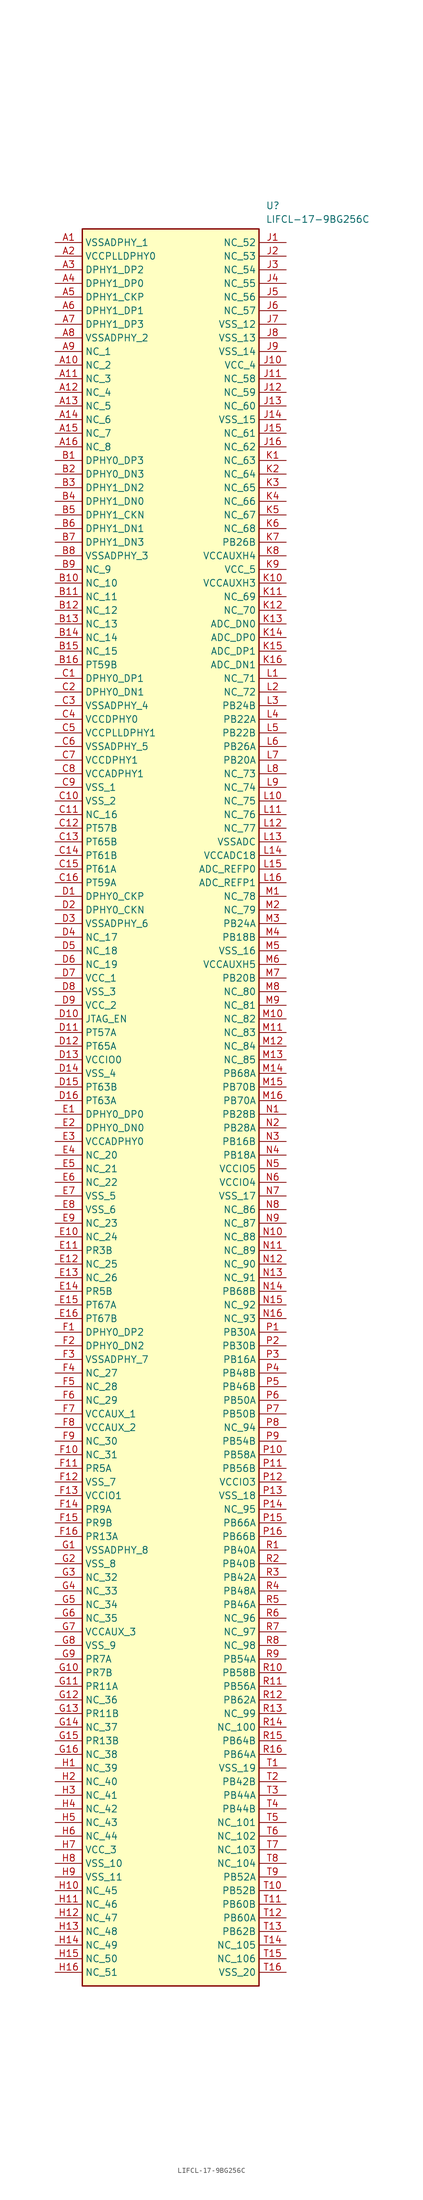
<source format=kicad_sym>
(kicad_symbol_lib
  (version 20241209)
  (generator "kicad_symbol_editor")
  (generator_version "9.0")
  (symbol "LIFCL-17-9BG256C"
    (property "Reference" "U"
      (at 39.37 7.62 0)
      (effects (font (size 1.27 1.27)) (justify left top)))
    (property "Value" "LIFCL-17-9BG256C"
      (at 39.37 5.08 0)
      (effects (font (size 1.27 1.27)) (justify left top)))
    (symbol "LIFCL-17-9BG256C_1_1"
      (rectangle (start 5.08 2.54) (end 38.1 -325.12) (stroke (width 0.254) (type default)) (fill (type background)))
      (pin passive line (at 0 0 0) (length 5.08) (name "VSSADPHY_1" (effects (font (size 1.27 1.27)))) (number "A1" (effects (font (size 1.27 1.27)))))
      (pin passive line (at 0 -2.54 0) (length 5.08) (name "VCCPLLDPHY0" (effects (font (size 1.27 1.27)))) (number "A2" (effects (font (size 1.27 1.27)))))
      (pin passive line (at 0 -5.08 0) (length 5.08) (name "DPHY1_DP2" (effects (font (size 1.27 1.27)))) (number "A3" (effects (font (size 1.27 1.27)))))
      (pin passive line (at 0 -7.62 0) (length 5.08) (name "DPHY1_DP0" (effects (font (size 1.27 1.27)))) (number "A4" (effects (font (size 1.27 1.27)))))
      (pin passive line (at 0 -10.16 0) (length 5.08) (name "DPHY1_CKP" (effects (font (size 1.27 1.27)))) (number "A5" (effects (font (size 1.27 1.27)))))
      (pin passive line (at 0 -12.7 0) (length 5.08) (name "DPHY1_DP1" (effects (font (size 1.27 1.27)))) (number "A6" (effects (font (size 1.27 1.27)))))
      (pin passive line (at 0 -15.24 0) (length 5.08) (name "DPHY1_DP3" (effects (font (size 1.27 1.27)))) (number "A7" (effects (font (size 1.27 1.27)))))
      (pin passive line (at 0 -17.78 0) (length 5.08) (name "VSSADPHY_2" (effects (font (size 1.27 1.27)))) (number "A8" (effects (font (size 1.27 1.27)))))
      (pin passive line (at 0 -20.32 0) (length 5.08) (name "NC_1" (effects (font (size 1.27 1.27)))) (number "A9" (effects (font (size 1.27 1.27)))))
      (pin passive line (at 0 -22.86 0) (length 5.08) (name "NC_2" (effects (font (size 1.27 1.27)))) (number "A10" (effects (font (size 1.27 1.27)))))
      (pin passive line (at 0 -25.4 0) (length 5.08) (name "NC_3" (effects (font (size 1.27 1.27)))) (number "A11" (effects (font (size 1.27 1.27)))))
      (pin passive line (at 0 -27.94 0) (length 5.08) (name "NC_4" (effects (font (size 1.27 1.27)))) (number "A12" (effects (font (size 1.27 1.27)))))
      (pin passive line (at 0 -30.48 0) (length 5.08) (name "NC_5" (effects (font (size 1.27 1.27)))) (number "A13" (effects (font (size 1.27 1.27)))))
      (pin passive line (at 0 -33.02 0) (length 5.08) (name "NC_6" (effects (font (size 1.27 1.27)))) (number "A14" (effects (font (size 1.27 1.27)))))
      (pin passive line (at 0 -35.56 0) (length 5.08) (name "NC_7" (effects (font (size 1.27 1.27)))) (number "A15" (effects (font (size 1.27 1.27)))))
      (pin passive line (at 0 -38.1 0) (length 5.08) (name "NC_8" (effects (font (size 1.27 1.27)))) (number "A16" (effects (font (size 1.27 1.27)))))
      (pin passive line (at 0 -40.64 0) (length 5.08) (name "DPHY0_DP3" (effects (font (size 1.27 1.27)))) (number "B1" (effects (font (size 1.27 1.27)))))
      (pin passive line (at 0 -43.18 0) (length 5.08) (name "DPHY0_DN3" (effects (font (size 1.27 1.27)))) (number "B2" (effects (font (size 1.27 1.27)))))
      (pin passive line (at 0 -45.72 0) (length 5.08) (name "DPHY1_DN2" (effects (font (size 1.27 1.27)))) (number "B3" (effects (font (size 1.27 1.27)))))
      (pin passive line (at 0 -48.26 0) (length 5.08) (name "DPHY1_DN0" (effects (font (size 1.27 1.27)))) (number "B4" (effects (font (size 1.27 1.27)))))
      (pin passive line (at 0 -50.8 0) (length 5.08) (name "DPHY1_CKN" (effects (font (size 1.27 1.27)))) (number "B5" (effects (font (size 1.27 1.27)))))
      (pin passive line (at 0 -53.34 0) (length 5.08) (name "DPHY1_DN1" (effects (font (size 1.27 1.27)))) (number "B6" (effects (font (size 1.27 1.27)))))
      (pin passive line (at 0 -55.88 0) (length 5.08) (name "DPHY1_DN3" (effects (font (size 1.27 1.27)))) (number "B7" (effects (font (size 1.27 1.27)))))
      (pin passive line (at 0 -58.42 0) (length 5.08) (name "VSSADPHY_3" (effects (font (size 1.27 1.27)))) (number "B8" (effects (font (size 1.27 1.27)))))
      (pin passive line (at 0 -60.96 0) (length 5.08) (name "NC_9" (effects (font (size 1.27 1.27)))) (number "B9" (effects (font (size 1.27 1.27)))))
      (pin passive line (at 0 -63.5 0) (length 5.08) (name "NC_10" (effects (font (size 1.27 1.27)))) (number "B10" (effects (font (size 1.27 1.27)))))
      (pin passive line (at 0 -66.04 0) (length 5.08) (name "NC_11" (effects (font (size 1.27 1.27)))) (number "B11" (effects (font (size 1.27 1.27)))))
      (pin passive line (at 0 -68.58 0) (length 5.08) (name "NC_12" (effects (font (size 1.27 1.27)))) (number "B12" (effects (font (size 1.27 1.27)))))
      (pin passive line (at 0 -71.12 0) (length 5.08) (name "NC_13" (effects (font (size 1.27 1.27)))) (number "B13" (effects (font (size 1.27 1.27)))))
      (pin passive line (at 0 -73.66 0) (length 5.08) (name "NC_14" (effects (font (size 1.27 1.27)))) (number "B14" (effects (font (size 1.27 1.27)))))
      (pin passive line (at 0 -76.2 0) (length 5.08) (name "NC_15" (effects (font (size 1.27 1.27)))) (number "B15" (effects (font (size 1.27 1.27)))))
      (pin passive line (at 0 -78.74 0) (length 5.08) (name "PT59B" (effects (font (size 1.27 1.27)))) (number "B16" (effects (font (size 1.27 1.27)))))
      (pin passive line (at 0 -81.28 0) (length 5.08) (name "DPHY0_DP1" (effects (font (size 1.27 1.27)))) (number "C1" (effects (font (size 1.27 1.27)))))
      (pin passive line (at 0 -83.82 0) (length 5.08) (name "DPHY0_DN1" (effects (font (size 1.27 1.27)))) (number "C2" (effects (font (size 1.27 1.27)))))
      (pin passive line (at 0 -86.36 0) (length 5.08) (name "VSSADPHY_4" (effects (font (size 1.27 1.27)))) (number "C3" (effects (font (size 1.27 1.27)))))
      (pin passive line (at 0 -88.9 0) (length 5.08) (name "VCCDPHY0" (effects (font (size 1.27 1.27)))) (number "C4" (effects (font (size 1.27 1.27)))))
      (pin passive line (at 0 -91.44 0) (length 5.08) (name "VCCPLLDPHY1" (effects (font (size 1.27 1.27)))) (number "C5" (effects (font (size 1.27 1.27)))))
      (pin passive line (at 0 -93.98 0) (length 5.08) (name "VSSADPHY_5" (effects (font (size 1.27 1.27)))) (number "C6" (effects (font (size 1.27 1.27)))))
      (pin passive line (at 0 -96.52 0) (length 5.08) (name "VCCDPHY1" (effects (font (size 1.27 1.27)))) (number "C7" (effects (font (size 1.27 1.27)))))
      (pin passive line (at 0 -99.06 0) (length 5.08) (name "VCCADPHY1" (effects (font (size 1.27 1.27)))) (number "C8" (effects (font (size 1.27 1.27)))))
      (pin passive line (at 0 -101.6 0) (length 5.08) (name "VSS_1" (effects (font (size 1.27 1.27)))) (number "C9" (effects (font (size 1.27 1.27)))))
      (pin passive line (at 0 -104.14 0) (length 5.08) (name "VSS_2" (effects (font (size 1.27 1.27)))) (number "C10" (effects (font (size 1.27 1.27)))))
      (pin passive line (at 0 -106.68 0) (length 5.08) (name "NC_16" (effects (font (size 1.27 1.27)))) (number "C11" (effects (font (size 1.27 1.27)))))
      (pin passive line (at 0 -109.22 0) (length 5.08) (name "PT57B" (effects (font (size 1.27 1.27)))) (number "C12" (effects (font (size 1.27 1.27)))))
      (pin passive line (at 0 -111.76 0) (length 5.08) (name "PT65B" (effects (font (size 1.27 1.27)))) (number "C13" (effects (font (size 1.27 1.27)))))
      (pin passive line (at 0 -114.3 0) (length 5.08) (name "PT61B" (effects (font (size 1.27 1.27)))) (number "C14" (effects (font (size 1.27 1.27)))))
      (pin passive line (at 0 -116.84 0) (length 5.08) (name "PT61A" (effects (font (size 1.27 1.27)))) (number "C15" (effects (font (size 1.27 1.27)))))
      (pin passive line (at 0 -119.38 0) (length 5.08) (name "PT59A" (effects (font (size 1.27 1.27)))) (number "C16" (effects (font (size 1.27 1.27)))))
      (pin passive line (at 0 -121.92 0) (length 5.08) (name "DPHY0_CKP" (effects (font (size 1.27 1.27)))) (number "D1" (effects (font (size 1.27 1.27)))))
      (pin passive line (at 0 -124.46 0) (length 5.08) (name "DPHY0_CKN" (effects (font (size 1.27 1.27)))) (number "D2" (effects (font (size 1.27 1.27)))))
      (pin passive line (at 0 -127 0) (length 5.08) (name "VSSADPHY_6" (effects (font (size 1.27 1.27)))) (number "D3" (effects (font (size 1.27 1.27)))))
      (pin passive line (at 0 -129.54 0) (length 5.08) (name "NC_17" (effects (font (size 1.27 1.27)))) (number "D4" (effects (font (size 1.27 1.27)))))
      (pin passive line (at 0 -132.08 0) (length 5.08) (name "NC_18" (effects (font (size 1.27 1.27)))) (number "D5" (effects (font (size 1.27 1.27)))))
      (pin passive line (at 0 -134.62 0) (length 5.08) (name "NC_19" (effects (font (size 1.27 1.27)))) (number "D6" (effects (font (size 1.27 1.27)))))
      (pin passive line (at 0 -137.16 0) (length 5.08) (name "VCC_1" (effects (font (size 1.27 1.27)))) (number "D7" (effects (font (size 1.27 1.27)))))
      (pin passive line (at 0 -139.7 0) (length 5.08) (name "VSS_3" (effects (font (size 1.27 1.27)))) (number "D8" (effects (font (size 1.27 1.27)))))
      (pin passive line (at 0 -142.24 0) (length 5.08) (name "VCC_2" (effects (font (size 1.27 1.27)))) (number "D9" (effects (font (size 1.27 1.27)))))
      (pin passive line (at 0 -144.78 0) (length 5.08) (name "JTAG_EN" (effects (font (size 1.27 1.27)))) (number "D10" (effects (font (size 1.27 1.27)))))
      (pin passive line (at 0 -147.32 0) (length 5.08) (name "PT57A" (effects (font (size 1.27 1.27)))) (number "D11" (effects (font (size 1.27 1.27)))))
      (pin passive line (at 0 -149.86 0) (length 5.08) (name "PT65A" (effects (font (size 1.27 1.27)))) (number "D12" (effects (font (size 1.27 1.27)))))
      (pin passive line (at 0 -152.4 0) (length 5.08) (name "VCCIO0" (effects (font (size 1.27 1.27)))) (number "D13" (effects (font (size 1.27 1.27)))))
      (pin passive line (at 0 -154.94 0) (length 5.08) (name "VSS_4" (effects (font (size 1.27 1.27)))) (number "D14" (effects (font (size 1.27 1.27)))))
      (pin passive line (at 0 -157.48 0) (length 5.08) (name "PT63B" (effects (font (size 1.27 1.27)))) (number "D15" (effects (font (size 1.27 1.27)))))
      (pin passive line (at 0 -160.02 0) (length 5.08) (name "PT63A" (effects (font (size 1.27 1.27)))) (number "D16" (effects (font (size 1.27 1.27)))))
      (pin passive line (at 0 -162.56 0) (length 5.08) (name "DPHY0_DP0" (effects (font (size 1.27 1.27)))) (number "E1" (effects (font (size 1.27 1.27)))))
      (pin passive line (at 0 -165.1 0) (length 5.08) (name "DPHY0_DN0" (effects (font (size 1.27 1.27)))) (number "E2" (effects (font (size 1.27 1.27)))))
      (pin passive line (at 0 -167.64 0) (length 5.08) (name "VCCADPHY0" (effects (font (size 1.27 1.27)))) (number "E3" (effects (font (size 1.27 1.27)))))
      (pin passive line (at 0 -170.18 0) (length 5.08) (name "NC_20" (effects (font (size 1.27 1.27)))) (number "E4" (effects (font (size 1.27 1.27)))))
      (pin passive line (at 0 -172.72 0) (length 5.08) (name "NC_21" (effects (font (size 1.27 1.27)))) (number "E5" (effects (font (size 1.27 1.27)))))
      (pin passive line (at 0 -175.26 0) (length 5.08) (name "NC_22" (effects (font (size 1.27 1.27)))) (number "E6" (effects (font (size 1.27 1.27)))))
      (pin passive line (at 0 -177.8 0) (length 5.08) (name "VSS_5" (effects (font (size 1.27 1.27)))) (number "E7" (effects (font (size 1.27 1.27)))))
      (pin passive line (at 0 -180.34 0) (length 5.08) (name "VSS_6" (effects (font (size 1.27 1.27)))) (number "E8" (effects (font (size 1.27 1.27)))))
      (pin passive line (at 0 -182.88 0) (length 5.08) (name "NC_23" (effects (font (size 1.27 1.27)))) (number "E9" (effects (font (size 1.27 1.27)))))
      (pin passive line (at 0 -185.42 0) (length 5.08) (name "NC_24" (effects (font (size 1.27 1.27)))) (number "E10" (effects (font (size 1.27 1.27)))))
      (pin passive line (at 0 -187.96 0) (length 5.08) (name "PR3B" (effects (font (size 1.27 1.27)))) (number "E11" (effects (font (size 1.27 1.27)))))
      (pin passive line (at 0 -190.5 0) (length 5.08) (name "NC_25" (effects (font (size 1.27 1.27)))) (number "E12" (effects (font (size 1.27 1.27)))))
      (pin passive line (at 0 -193.04 0) (length 5.08) (name "NC_26" (effects (font (size 1.27 1.27)))) (number "E13" (effects (font (size 1.27 1.27)))))
      (pin passive line (at 0 -195.58 0) (length 5.08) (name "PR5B" (effects (font (size 1.27 1.27)))) (number "E14" (effects (font (size 1.27 1.27)))))
      (pin passive line (at 0 -198.12 0) (length 5.08) (name "PT67A" (effects (font (size 1.27 1.27)))) (number "E15" (effects (font (size 1.27 1.27)))))
      (pin passive line (at 0 -200.66 0) (length 5.08) (name "PT67B" (effects (font (size 1.27 1.27)))) (number "E16" (effects (font (size 1.27 1.27)))))
      (pin passive line (at 0 -203.2 0) (length 5.08) (name "DPHY0_DP2" (effects (font (size 1.27 1.27)))) (number "F1" (effects (font (size 1.27 1.27)))))
      (pin passive line (at 0 -205.74 0) (length 5.08) (name "DPHY0_DN2" (effects (font (size 1.27 1.27)))) (number "F2" (effects (font (size 1.27 1.27)))))
      (pin passive line (at 0 -208.28 0) (length 5.08) (name "VSSADPHY_7" (effects (font (size 1.27 1.27)))) (number "F3" (effects (font (size 1.27 1.27)))))
      (pin passive line (at 0 -210.82 0) (length 5.08) (name "NC_27" (effects (font (size 1.27 1.27)))) (number "F4" (effects (font (size 1.27 1.27)))))
      (pin passive line (at 0 -213.36 0) (length 5.08) (name "NC_28" (effects (font (size 1.27 1.27)))) (number "F5" (effects (font (size 1.27 1.27)))))
      (pin passive line (at 0 -215.9 0) (length 5.08) (name "NC_29" (effects (font (size 1.27 1.27)))) (number "F6" (effects (font (size 1.27 1.27)))))
      (pin passive line (at 0 -218.44 0) (length 5.08) (name "VCCAUX_1" (effects (font (size 1.27 1.27)))) (number "F7" (effects (font (size 1.27 1.27)))))
      (pin passive line (at 0 -220.98 0) (length 5.08) (name "VCCAUX_2" (effects (font (size 1.27 1.27)))) (number "F8" (effects (font (size 1.27 1.27)))))
      (pin passive line (at 0 -223.52 0) (length 5.08) (name "NC_30" (effects (font (size 1.27 1.27)))) (number "F9" (effects (font (size 1.27 1.27)))))
      (pin passive line (at 0 -226.06 0) (length 5.08) (name "NC_31" (effects (font (size 1.27 1.27)))) (number "F10" (effects (font (size 1.27 1.27)))))
      (pin passive line (at 0 -228.6 0) (length 5.08) (name "PR5A" (effects (font (size 1.27 1.27)))) (number "F11" (effects (font (size 1.27 1.27)))))
      (pin passive line (at 0 -231.14 0) (length 5.08) (name "VSS_7" (effects (font (size 1.27 1.27)))) (number "F12" (effects (font (size 1.27 1.27)))))
      (pin passive line (at 0 -233.68 0) (length 5.08) (name "VCCIO1" (effects (font (size 1.27 1.27)))) (number "F13" (effects (font (size 1.27 1.27)))))
      (pin passive line (at 0 -236.22 0) (length 5.08) (name "PR9A" (effects (font (size 1.27 1.27)))) (number "F14" (effects (font (size 1.27 1.27)))))
      (pin passive line (at 0 -238.76 0) (length 5.08) (name "PR9B" (effects (font (size 1.27 1.27)))) (number "F15" (effects (font (size 1.27 1.27)))))
      (pin passive line (at 0 -241.3 0) (length 5.08) (name "PR13A" (effects (font (size 1.27 1.27)))) (number "F16" (effects (font (size 1.27 1.27)))))
      (pin passive line (at 0 -243.84 0) (length 5.08) (name "VSSADPHY_8" (effects (font (size 1.27 1.27)))) (number "G1" (effects (font (size 1.27 1.27)))))
      (pin passive line (at 0 -246.38 0) (length 5.08) (name "VSS_8" (effects (font (size 1.27 1.27)))) (number "G2" (effects (font (size 1.27 1.27)))))
      (pin passive line (at 0 -248.92 0) (length 5.08) (name "NC_32" (effects (font (size 1.27 1.27)))) (number "G3" (effects (font (size 1.27 1.27)))))
      (pin passive line (at 0 -251.46 0) (length 5.08) (name "NC_33" (effects (font (size 1.27 1.27)))) (number "G4" (effects (font (size 1.27 1.27)))))
      (pin passive line (at 0 -254 0) (length 5.08) (name "NC_34" (effects (font (size 1.27 1.27)))) (number "G5" (effects (font (size 1.27 1.27)))))
      (pin passive line (at 0 -256.54 0) (length 5.08) (name "NC_35" (effects (font (size 1.27 1.27)))) (number "G6" (effects (font (size 1.27 1.27)))))
      (pin passive line (at 0 -259.08 0) (length 5.08) (name "VCCAUX_3" (effects (font (size 1.27 1.27)))) (number "G7" (effects (font (size 1.27 1.27)))))
      (pin passive line (at 0 -261.62 0) (length 5.08) (name "VSS_9" (effects (font (size 1.27 1.27)))) (number "G8" (effects (font (size 1.27 1.27)))))
      (pin passive line (at 0 -264.16 0) (length 5.08) (name "PR7A" (effects (font (size 1.27 1.27)))) (number "G9" (effects (font (size 1.27 1.27)))))
      (pin passive line (at 0 -266.7 0) (length 5.08) (name "PR7B" (effects (font (size 1.27 1.27)))) (number "G10" (effects (font (size 1.27 1.27)))))
      (pin passive line (at 0 -269.24 0) (length 5.08) (name "PR11A" (effects (font (size 1.27 1.27)))) (number "G11" (effects (font (size 1.27 1.27)))))
      (pin passive line (at 0 -271.78 0) (length 5.08) (name "NC_36" (effects (font (size 1.27 1.27)))) (number "G12" (effects (font (size 1.27 1.27)))))
      (pin passive line (at 0 -274.32 0) (length 5.08) (name "PR11B" (effects (font (size 1.27 1.27)))) (number "G13" (effects (font (size 1.27 1.27)))))
      (pin passive line (at 0 -276.86 0) (length 5.08) (name "NC_37" (effects (font (size 1.27 1.27)))) (number "G14" (effects (font (size 1.27 1.27)))))
      (pin passive line (at 0 -279.4 0) (length 5.08) (name "PR13B" (effects (font (size 1.27 1.27)))) (number "G15" (effects (font (size 1.27 1.27)))))
      (pin passive line (at 0 -281.94 0) (length 5.08) (name "NC_38" (effects (font (size 1.27 1.27)))) (number "G16" (effects (font (size 1.27 1.27)))))
      (pin passive line (at 0 -284.48 0) (length 5.08) (name "NC_39" (effects (font (size 1.27 1.27)))) (number "H1" (effects (font (size 1.27 1.27)))))
      (pin passive line (at 0 -287.02 0) (length 5.08) (name "NC_40" (effects (font (size 1.27 1.27)))) (number "H2" (effects (font (size 1.27 1.27)))))
      (pin passive line (at 0 -289.56 0) (length 5.08) (name "NC_41" (effects (font (size 1.27 1.27)))) (number "H3" (effects (font (size 1.27 1.27)))))
      (pin passive line (at 0 -292.1 0) (length 5.08) (name "NC_42" (effects (font (size 1.27 1.27)))) (number "H4" (effects (font (size 1.27 1.27)))))
      (pin passive line (at 0 -294.64 0) (length 5.08) (name "NC_43" (effects (font (size 1.27 1.27)))) (number "H5" (effects (font (size 1.27 1.27)))))
      (pin passive line (at 0 -297.18 0) (length 5.08) (name "NC_44" (effects (font (size 1.27 1.27)))) (number "H6" (effects (font (size 1.27 1.27)))))
      (pin passive line (at 0 -299.72 0) (length 5.08) (name "VCC_3" (effects (font (size 1.27 1.27)))) (number "H7" (effects (font (size 1.27 1.27)))))
      (pin passive line (at 0 -302.26 0) (length 5.08) (name "VSS_10" (effects (font (size 1.27 1.27)))) (number "H8" (effects (font (size 1.27 1.27)))))
      (pin passive line (at 0 -304.8 0) (length 5.08) (name "VSS_11" (effects (font (size 1.27 1.27)))) (number "H9" (effects (font (size 1.27 1.27)))))
      (pin passive line (at 0 -307.34 0) (length 5.08) (name "NC_45" (effects (font (size 1.27 1.27)))) (number "H10" (effects (font (size 1.27 1.27)))))
      (pin passive line (at 0 -309.88 0) (length 5.08) (name "NC_46" (effects (font (size 1.27 1.27)))) (number "H11" (effects (font (size 1.27 1.27)))))
      (pin passive line (at 0 -312.42 0) (length 5.08) (name "NC_47" (effects (font (size 1.27 1.27)))) (number "H12" (effects (font (size 1.27 1.27)))))
      (pin passive line (at 0 -314.96 0) (length 5.08) (name "NC_48" (effects (font (size 1.27 1.27)))) (number "H13" (effects (font (size 1.27 1.27)))))
      (pin passive line (at 0 -317.5 0) (length 5.08) (name "NC_49" (effects (font (size 1.27 1.27)))) (number "H14" (effects (font (size 1.27 1.27)))))
      (pin passive line (at 0 -320.04 0) (length 5.08) (name "NC_50" (effects (font (size 1.27 1.27)))) (number "H15" (effects (font (size 1.27 1.27)))))
      (pin passive line (at 0 -322.58 0) (length 5.08) (name "NC_51" (effects (font (size 1.27 1.27)))) (number "H16" (effects (font (size 1.27 1.27)))))
      (pin passive line (at 43.18 0 180) (length 5.08) (name "NC_52" (effects (font (size 1.27 1.27)))) (number "J1" (effects (font (size 1.27 1.27)))))
      (pin passive line (at 43.18 -2.54 180) (length 5.08) (name "NC_53" (effects (font (size 1.27 1.27)))) (number "J2" (effects (font (size 1.27 1.27)))))
      (pin passive line (at 43.18 -5.08 180) (length 5.08) (name "NC_54" (effects (font (size 1.27 1.27)))) (number "J3" (effects (font (size 1.27 1.27)))))
      (pin passive line (at 43.18 -7.62 180) (length 5.08) (name "NC_55" (effects (font (size 1.27 1.27)))) (number "J4" (effects (font (size 1.27 1.27)))))
      (pin passive line (at 43.18 -10.16 180) (length 5.08) (name "NC_56" (effects (font (size 1.27 1.27)))) (number "J5" (effects (font (size 1.27 1.27)))))
      (pin passive line (at 43.18 -12.7 180) (length 5.08) (name "NC_57" (effects (font (size 1.27 1.27)))) (number "J6" (effects (font (size 1.27 1.27)))))
      (pin passive line (at 43.18 -15.24 180) (length 5.08) (name "VSS_12" (effects (font (size 1.27 1.27)))) (number "J7" (effects (font (size 1.27 1.27)))))
      (pin passive line (at 43.18 -17.78 180) (length 5.08) (name "VSS_13" (effects (font (size 1.27 1.27)))) (number "J8" (effects (font (size 1.27 1.27)))))
      (pin passive line (at 43.18 -20.32 180) (length 5.08) (name "VSS_14" (effects (font (size 1.27 1.27)))) (number "J9" (effects (font (size 1.27 1.27)))))
      (pin passive line (at 43.18 -22.86 180) (length 5.08) (name "VCC_4" (effects (font (size 1.27 1.27)))) (number "J10" (effects (font (size 1.27 1.27)))))
      (pin passive line (at 43.18 -25.4 180) (length 5.08) (name "NC_58" (effects (font (size 1.27 1.27)))) (number "J11" (effects (font (size 1.27 1.27)))))
      (pin passive line (at 43.18 -27.94 180) (length 5.08) (name "NC_59" (effects (font (size 1.27 1.27)))) (number "J12" (effects (font (size 1.27 1.27)))))
      (pin passive line (at 43.18 -30.48 180) (length 5.08) (name "NC_60" (effects (font (size 1.27 1.27)))) (number "J13" (effects (font (size 1.27 1.27)))))
      (pin passive line (at 43.18 -33.02 180) (length 5.08) (name "VSS_15" (effects (font (size 1.27 1.27)))) (number "J14" (effects (font (size 1.27 1.27)))))
      (pin passive line (at 43.18 -35.56 180) (length 5.08) (name "NC_61" (effects (font (size 1.27 1.27)))) (number "J15" (effects (font (size 1.27 1.27)))))
      (pin passive line (at 43.18 -38.1 180) (length 5.08) (name "NC_62" (effects (font (size 1.27 1.27)))) (number "J16" (effects (font (size 1.27 1.27)))))
      (pin passive line (at 43.18 -40.64 180) (length 5.08) (name "NC_63" (effects (font (size 1.27 1.27)))) (number "K1" (effects (font (size 1.27 1.27)))))
      (pin passive line (at 43.18 -43.18 180) (length 5.08) (name "NC_64" (effects (font (size 1.27 1.27)))) (number "K2" (effects (font (size 1.27 1.27)))))
      (pin passive line (at 43.18 -45.72 180) (length 5.08) (name "NC_65" (effects (font (size 1.27 1.27)))) (number "K3" (effects (font (size 1.27 1.27)))))
      (pin passive line (at 43.18 -48.26 180) (length 5.08) (name "NC_66" (effects (font (size 1.27 1.27)))) (number "K4" (effects (font (size 1.27 1.27)))))
      (pin passive line (at 43.18 -50.8 180) (length 5.08) (name "NC_67" (effects (font (size 1.27 1.27)))) (number "K5" (effects (font (size 1.27 1.27)))))
      (pin passive line (at 43.18 -53.34 180) (length 5.08) (name "NC_68" (effects (font (size 1.27 1.27)))) (number "K6" (effects (font (size 1.27 1.27)))))
      (pin passive line (at 43.18 -55.88 180) (length 5.08) (name "PB26B" (effects (font (size 1.27 1.27)))) (number "K7" (effects (font (size 1.27 1.27)))))
      (pin passive line (at 43.18 -58.42 180) (length 5.08) (name "VCCAUXH4" (effects (font (size 1.27 1.27)))) (number "K8" (effects (font (size 1.27 1.27)))))
      (pin passive line (at 43.18 -60.96 180) (length 5.08) (name "VCC_5" (effects (font (size 1.27 1.27)))) (number "K9" (effects (font (size 1.27 1.27)))))
      (pin passive line (at 43.18 -63.5 180) (length 5.08) (name "VCCAUXH3" (effects (font (size 1.27 1.27)))) (number "K10" (effects (font (size 1.27 1.27)))))
      (pin passive line (at 43.18 -66.04 180) (length 5.08) (name "NC_69" (effects (font (size 1.27 1.27)))) (number "K11" (effects (font (size 1.27 1.27)))))
      (pin passive line (at 43.18 -68.58 180) (length 5.08) (name "NC_70" (effects (font (size 1.27 1.27)))) (number "K12" (effects (font (size 1.27 1.27)))))
      (pin passive line (at 43.18 -71.12 180) (length 5.08) (name "ADC_DN0" (effects (font (size 1.27 1.27)))) (number "K13" (effects (font (size 1.27 1.27)))))
      (pin passive line (at 43.18 -73.66 180) (length 5.08) (name "ADC_DP0" (effects (font (size 1.27 1.27)))) (number "K14" (effects (font (size 1.27 1.27)))))
      (pin passive line (at 43.18 -76.2 180) (length 5.08) (name "ADC_DP1" (effects (font (size 1.27 1.27)))) (number "K15" (effects (font (size 1.27 1.27)))))
      (pin passive line (at 43.18 -78.74 180) (length 5.08) (name "ADC_DN1" (effects (font (size 1.27 1.27)))) (number "K16" (effects (font (size 1.27 1.27)))))
      (pin passive line (at 43.18 -81.28 180) (length 5.08) (name "NC_71" (effects (font (size 1.27 1.27)))) (number "L1" (effects (font (size 1.27 1.27)))))
      (pin passive line (at 43.18 -83.82 180) (length 5.08) (name "NC_72" (effects (font (size 1.27 1.27)))) (number "L2" (effects (font (size 1.27 1.27)))))
      (pin passive line (at 43.18 -86.36 180) (length 5.08) (name "PB24B" (effects (font (size 1.27 1.27)))) (number "L3" (effects (font (size 1.27 1.27)))))
      (pin passive line (at 43.18 -88.9 180) (length 5.08) (name "PB22A" (effects (font (size 1.27 1.27)))) (number "L4" (effects (font (size 1.27 1.27)))))
      (pin passive line (at 43.18 -91.44 180) (length 5.08) (name "PB22B" (effects (font (size 1.27 1.27)))) (number "L5" (effects (font (size 1.27 1.27)))))
      (pin passive line (at 43.18 -93.98 180) (length 5.08) (name "PB26A" (effects (font (size 1.27 1.27)))) (number "L6" (effects (font (size 1.27 1.27)))))
      (pin passive line (at 43.18 -96.52 180) (length 5.08) (name "PB20A" (effects (font (size 1.27 1.27)))) (number "L7" (effects (font (size 1.27 1.27)))))
      (pin passive line (at 43.18 -99.06 180) (length 5.08) (name "NC_73" (effects (font (size 1.27 1.27)))) (number "L8" (effects (font (size 1.27 1.27)))))
      (pin passive line (at 43.18 -101.6 180) (length 5.08) (name "NC_74" (effects (font (size 1.27 1.27)))) (number "L9" (effects (font (size 1.27 1.27)))))
      (pin passive line (at 43.18 -104.14 180) (length 5.08) (name "NC_75" (effects (font (size 1.27 1.27)))) (number "L10" (effects (font (size 1.27 1.27)))))
      (pin passive line (at 43.18 -106.68 180) (length 5.08) (name "NC_76" (effects (font (size 1.27 1.27)))) (number "L11" (effects (font (size 1.27 1.27)))))
      (pin passive line (at 43.18 -109.22 180) (length 5.08) (name "NC_77" (effects (font (size 1.27 1.27)))) (number "L12" (effects (font (size 1.27 1.27)))))
      (pin passive line (at 43.18 -111.76 180) (length 5.08) (name "VSSADC" (effects (font (size 1.27 1.27)))) (number "L13" (effects (font (size 1.27 1.27)))))
      (pin passive line (at 43.18 -114.3 180) (length 5.08) (name "VCCADC18" (effects (font (size 1.27 1.27)))) (number "L14" (effects (font (size 1.27 1.27)))))
      (pin passive line (at 43.18 -116.84 180) (length 5.08) (name "ADC_REFP0" (effects (font (size 1.27 1.27)))) (number "L15" (effects (font (size 1.27 1.27)))))
      (pin passive line (at 43.18 -119.38 180) (length 5.08) (name "ADC_REFP1" (effects (font (size 1.27 1.27)))) (number "L16" (effects (font (size 1.27 1.27)))))
      (pin passive line (at 43.18 -121.92 180) (length 5.08) (name "NC_78" (effects (font (size 1.27 1.27)))) (number "M1" (effects (font (size 1.27 1.27)))))
      (pin passive line (at 43.18 -124.46 180) (length 5.08) (name "NC_79" (effects (font (size 1.27 1.27)))) (number "M2" (effects (font (size 1.27 1.27)))))
      (pin passive line (at 43.18 -127 180) (length 5.08) (name "PB24A" (effects (font (size 1.27 1.27)))) (number "M3" (effects (font (size 1.27 1.27)))))
      (pin passive line (at 43.18 -129.54 180) (length 5.08) (name "PB18B" (effects (font (size 1.27 1.27)))) (number "M4" (effects (font (size 1.27 1.27)))))
      (pin passive line (at 43.18 -132.08 180) (length 5.08) (name "VSS_16" (effects (font (size 1.27 1.27)))) (number "M5" (effects (font (size 1.27 1.27)))))
      (pin passive line (at 43.18 -134.62 180) (length 5.08) (name "VCCAUXH5" (effects (font (size 1.27 1.27)))) (number "M6" (effects (font (size 1.27 1.27)))))
      (pin passive line (at 43.18 -137.16 180) (length 5.08) (name "PB20B" (effects (font (size 1.27 1.27)))) (number "M7" (effects (font (size 1.27 1.27)))))
      (pin passive line (at 43.18 -139.7 180) (length 5.08) (name "NC_80" (effects (font (size 1.27 1.27)))) (number "M8" (effects (font (size 1.27 1.27)))))
      (pin passive line (at 43.18 -142.24 180) (length 5.08) (name "NC_81" (effects (font (size 1.27 1.27)))) (number "M9" (effects (font (size 1.27 1.27)))))
      (pin passive line (at 43.18 -144.78 180) (length 5.08) (name "NC_82" (effects (font (size 1.27 1.27)))) (number "M10" (effects (font (size 1.27 1.27)))))
      (pin passive line (at 43.18 -147.32 180) (length 5.08) (name "NC_83" (effects (font (size 1.27 1.27)))) (number "M11" (effects (font (size 1.27 1.27)))))
      (pin passive line (at 43.18 -149.86 180) (length 5.08) (name "NC_84" (effects (font (size 1.27 1.27)))) (number "M12" (effects (font (size 1.27 1.27)))))
      (pin passive line (at 43.18 -152.4 180) (length 5.08) (name "NC_85" (effects (font (size 1.27 1.27)))) (number "M13" (effects (font (size 1.27 1.27)))))
      (pin passive line (at 43.18 -154.94 180) (length 5.08) (name "PB68A" (effects (font (size 1.27 1.27)))) (number "M14" (effects (font (size 1.27 1.27)))))
      (pin passive line (at 43.18 -157.48 180) (length 5.08) (name "PB70B" (effects (font (size 1.27 1.27)))) (number "M15" (effects (font (size 1.27 1.27)))))
      (pin passive line (at 43.18 -160.02 180) (length 5.08) (name "PB70A" (effects (font (size 1.27 1.27)))) (number "M16" (effects (font (size 1.27 1.27)))))
      (pin passive line (at 43.18 -162.56 180) (length 5.08) (name "PB28B" (effects (font (size 1.27 1.27)))) (number "N1" (effects (font (size 1.27 1.27)))))
      (pin passive line (at 43.18 -165.1 180) (length 5.08) (name "PB28A" (effects (font (size 1.27 1.27)))) (number "N2" (effects (font (size 1.27 1.27)))))
      (pin passive line (at 43.18 -167.64 180) (length 5.08) (name "PB16B" (effects (font (size 1.27 1.27)))) (number "N3" (effects (font (size 1.27 1.27)))))
      (pin passive line (at 43.18 -170.18 180) (length 5.08) (name "PB18A" (effects (font (size 1.27 1.27)))) (number "N4" (effects (font (size 1.27 1.27)))))
      (pin passive line (at 43.18 -172.72 180) (length 5.08) (name "VCCIO5" (effects (font (size 1.27 1.27)))) (number "N5" (effects (font (size 1.27 1.27)))))
      (pin passive line (at 43.18 -175.26 180) (length 5.08) (name "VCCIO4" (effects (font (size 1.27 1.27)))) (number "N6" (effects (font (size 1.27 1.27)))))
      (pin passive line (at 43.18 -177.8 180) (length 5.08) (name "VSS_17" (effects (font (size 1.27 1.27)))) (number "N7" (effects (font (size 1.27 1.27)))))
      (pin passive line (at 43.18 -180.34 180) (length 5.08) (name "NC_86" (effects (font (size 1.27 1.27)))) (number "N8" (effects (font (size 1.27 1.27)))))
      (pin passive line (at 43.18 -182.88 180) (length 5.08) (name "NC_87" (effects (font (size 1.27 1.27)))) (number "N9" (effects (font (size 1.27 1.27)))))
      (pin passive line (at 43.18 -185.42 180) (length 5.08) (name "NC_88" (effects (font (size 1.27 1.27)))) (number "N10" (effects (font (size 1.27 1.27)))))
      (pin passive line (at 43.18 -187.96 180) (length 5.08) (name "NC_89" (effects (font (size 1.27 1.27)))) (number "N11" (effects (font (size 1.27 1.27)))))
      (pin passive line (at 43.18 -190.5 180) (length 5.08) (name "NC_90" (effects (font (size 1.27 1.27)))) (number "N12" (effects (font (size 1.27 1.27)))))
      (pin passive line (at 43.18 -193.04 180) (length 5.08) (name "NC_91" (effects (font (size 1.27 1.27)))) (number "N13" (effects (font (size 1.27 1.27)))))
      (pin passive line (at 43.18 -195.58 180) (length 5.08) (name "PB68B" (effects (font (size 1.27 1.27)))) (number "N14" (effects (font (size 1.27 1.27)))))
      (pin passive line (at 43.18 -198.12 180) (length 5.08) (name "NC_92" (effects (font (size 1.27 1.27)))) (number "N15" (effects (font (size 1.27 1.27)))))
      (pin passive line (at 43.18 -200.66 180) (length 5.08) (name "NC_93" (effects (font (size 1.27 1.27)))) (number "N16" (effects (font (size 1.27 1.27)))))
      (pin passive line (at 43.18 -203.2 180) (length 5.08) (name "PB30A" (effects (font (size 1.27 1.27)))) (number "P1" (effects (font (size 1.27 1.27)))))
      (pin passive line (at 43.18 -205.74 180) (length 5.08) (name "PB30B" (effects (font (size 1.27 1.27)))) (number "P2" (effects (font (size 1.27 1.27)))))
      (pin passive line (at 43.18 -208.28 180) (length 5.08) (name "PB16A" (effects (font (size 1.27 1.27)))) (number "P3" (effects (font (size 1.27 1.27)))))
      (pin passive line (at 43.18 -210.82 180) (length 5.08) (name "PB48B" (effects (font (size 1.27 1.27)))) (number "P4" (effects (font (size 1.27 1.27)))))
      (pin passive line (at 43.18 -213.36 180) (length 5.08) (name "PB46B" (effects (font (size 1.27 1.27)))) (number "P5" (effects (font (size 1.27 1.27)))))
      (pin passive line (at 43.18 -215.9 180) (length 5.08) (name "PB50A" (effects (font (size 1.27 1.27)))) (number "P6" (effects (font (size 1.27 1.27)))))
      (pin passive line (at 43.18 -218.44 180) (length 5.08) (name "PB50B" (effects (font (size 1.27 1.27)))) (number "P7" (effects (font (size 1.27 1.27)))))
      (pin passive line (at 43.18 -220.98 180) (length 5.08) (name "NC_94" (effects (font (size 1.27 1.27)))) (number "P8" (effects (font (size 1.27 1.27)))))
      (pin passive line (at 43.18 -223.52 180) (length 5.08) (name "PB54B" (effects (font (size 1.27 1.27)))) (number "P9" (effects (font (size 1.27 1.27)))))
      (pin passive line (at 43.18 -226.06 180) (length 5.08) (name "PB58A" (effects (font (size 1.27 1.27)))) (number "P10" (effects (font (size 1.27 1.27)))))
      (pin passive line (at 43.18 -228.6 180) (length 5.08) (name "PB56B" (effects (font (size 1.27 1.27)))) (number "P11" (effects (font (size 1.27 1.27)))))
      (pin passive line (at 43.18 -231.14 180) (length 5.08) (name "VCCIO3" (effects (font (size 1.27 1.27)))) (number "P12" (effects (font (size 1.27 1.27)))))
      (pin passive line (at 43.18 -233.68 180) (length 5.08) (name "VSS_18" (effects (font (size 1.27 1.27)))) (number "P13" (effects (font (size 1.27 1.27)))))
      (pin passive line (at 43.18 -236.22 180) (length 5.08) (name "NC_95" (effects (font (size 1.27 1.27)))) (number "P14" (effects (font (size 1.27 1.27)))))
      (pin passive line (at 43.18 -238.76 180) (length 5.08) (name "PB66A" (effects (font (size 1.27 1.27)))) (number "P15" (effects (font (size 1.27 1.27)))))
      (pin passive line (at 43.18 -241.3 180) (length 5.08) (name "PB66B" (effects (font (size 1.27 1.27)))) (number "P16" (effects (font (size 1.27 1.27)))))
      (pin passive line (at 43.18 -243.84 180) (length 5.08) (name "PB40A" (effects (font (size 1.27 1.27)))) (number "R1" (effects (font (size 1.27 1.27)))))
      (pin passive line (at 43.18 -246.38 180) (length 5.08) (name "PB40B" (effects (font (size 1.27 1.27)))) (number "R2" (effects (font (size 1.27 1.27)))))
      (pin passive line (at 43.18 -248.92 180) (length 5.08) (name "PB42A" (effects (font (size 1.27 1.27)))) (number "R3" (effects (font (size 1.27 1.27)))))
      (pin passive line (at 43.18 -251.46 180) (length 5.08) (name "PB48A" (effects (font (size 1.27 1.27)))) (number "R4" (effects (font (size 1.27 1.27)))))
      (pin passive line (at 43.18 -254 180) (length 5.08) (name "PB46A" (effects (font (size 1.27 1.27)))) (number "R5" (effects (font (size 1.27 1.27)))))
      (pin passive line (at 43.18 -256.54 180) (length 5.08) (name "NC_96" (effects (font (size 1.27 1.27)))) (number "R6" (effects (font (size 1.27 1.27)))))
      (pin passive line (at 43.18 -259.08 180) (length 5.08) (name "NC_97" (effects (font (size 1.27 1.27)))) (number "R7" (effects (font (size 1.27 1.27)))))
      (pin passive line (at 43.18 -261.62 180) (length 5.08) (name "NC_98" (effects (font (size 1.27 1.27)))) (number "R8" (effects (font (size 1.27 1.27)))))
      (pin passive line (at 43.18 -264.16 180) (length 5.08) (name "PB54A" (effects (font (size 1.27 1.27)))) (number "R9" (effects (font (size 1.27 1.27)))))
      (pin passive line (at 43.18 -266.7 180) (length 5.08) (name "PB58B" (effects (font (size 1.27 1.27)))) (number "R10" (effects (font (size 1.27 1.27)))))
      (pin passive line (at 43.18 -269.24 180) (length 5.08) (name "PB56A" (effects (font (size 1.27 1.27)))) (number "R11" (effects (font (size 1.27 1.27)))))
      (pin passive line (at 43.18 -271.78 180) (length 5.08) (name "PB62A" (effects (font (size 1.27 1.27)))) (number "R12" (effects (font (size 1.27 1.27)))))
      (pin passive line (at 43.18 -274.32 180) (length 5.08) (name "NC_99" (effects (font (size 1.27 1.27)))) (number "R13" (effects (font (size 1.27 1.27)))))
      (pin passive line (at 43.18 -276.86 180) (length 5.08) (name "NC_100" (effects (font (size 1.27 1.27)))) (number "R14" (effects (font (size 1.27 1.27)))))
      (pin passive line (at 43.18 -279.4 180) (length 5.08) (name "PB64B" (effects (font (size 1.27 1.27)))) (number "R15" (effects (font (size 1.27 1.27)))))
      (pin passive line (at 43.18 -281.94 180) (length 5.08) (name "PB64A" (effects (font (size 1.27 1.27)))) (number "R16" (effects (font (size 1.27 1.27)))))
      (pin passive line (at 43.18 -284.48 180) (length 5.08) (name "VSS_19" (effects (font (size 1.27 1.27)))) (number "T1" (effects (font (size 1.27 1.27)))))
      (pin passive line (at 43.18 -287.02 180) (length 5.08) (name "PB42B" (effects (font (size 1.27 1.27)))) (number "T2" (effects (font (size 1.27 1.27)))))
      (pin passive line (at 43.18 -289.56 180) (length 5.08) (name "PB44A" (effects (font (size 1.27 1.27)))) (number "T3" (effects (font (size 1.27 1.27)))))
      (pin passive line (at 43.18 -292.1 180) (length 5.08) (name "PB44B" (effects (font (size 1.27 1.27)))) (number "T4" (effects (font (size 1.27 1.27)))))
      (pin passive line (at 43.18 -294.64 180) (length 5.08) (name "NC_101" (effects (font (size 1.27 1.27)))) (number "T5" (effects (font (size 1.27 1.27)))))
      (pin passive line (at 43.18 -297.18 180) (length 5.08) (name "NC_102" (effects (font (size 1.27 1.27)))) (number "T6" (effects (font (size 1.27 1.27)))))
      (pin passive line (at 43.18 -299.72 180) (length 5.08) (name "NC_103" (effects (font (size 1.27 1.27)))) (number "T7" (effects (font (size 1.27 1.27)))))
      (pin passive line (at 43.18 -302.26 180) (length 5.08) (name "NC_104" (effects (font (size 1.27 1.27)))) (number "T8" (effects (font (size 1.27 1.27)))))
      (pin passive line (at 43.18 -304.8 180) (length 5.08) (name "PB52A" (effects (font (size 1.27 1.27)))) (number "T9" (effects (font (size 1.27 1.27)))))
      (pin passive line (at 43.18 -307.34 180) (length 5.08) (name "PB52B" (effects (font (size 1.27 1.27)))) (number "T10" (effects (font (size 1.27 1.27)))))
      (pin passive line (at 43.18 -309.88 180) (length 5.08) (name "PB60B" (effects (font (size 1.27 1.27)))) (number "T11" (effects (font (size 1.27 1.27)))))
      (pin passive line (at 43.18 -312.42 180) (length 5.08) (name "PB60A" (effects (font (size 1.27 1.27)))) (number "T12" (effects (font (size 1.27 1.27)))))
      (pin passive line (at 43.18 -314.96 180) (length 5.08) (name "PB62B" (effects (font (size 1.27 1.27)))) (number "T13" (effects (font (size 1.27 1.27)))))
      (pin passive line (at 43.18 -317.5 180) (length 5.08) (name "NC_105" (effects (font (size 1.27 1.27)))) (number "T14" (effects (font (size 1.27 1.27)))))
      (pin passive line (at 43.18 -320.04 180) (length 5.08) (name "NC_106" (effects (font (size 1.27 1.27)))) (number "T15" (effects (font (size 1.27 1.27)))))
      (pin passive line (at 43.18 -322.58 180) (length 5.08) (name "VSS_20" (effects (font (size 1.27 1.27)))) (number "T16" (effects (font (size 1.27 1.27))))))))
</source>
